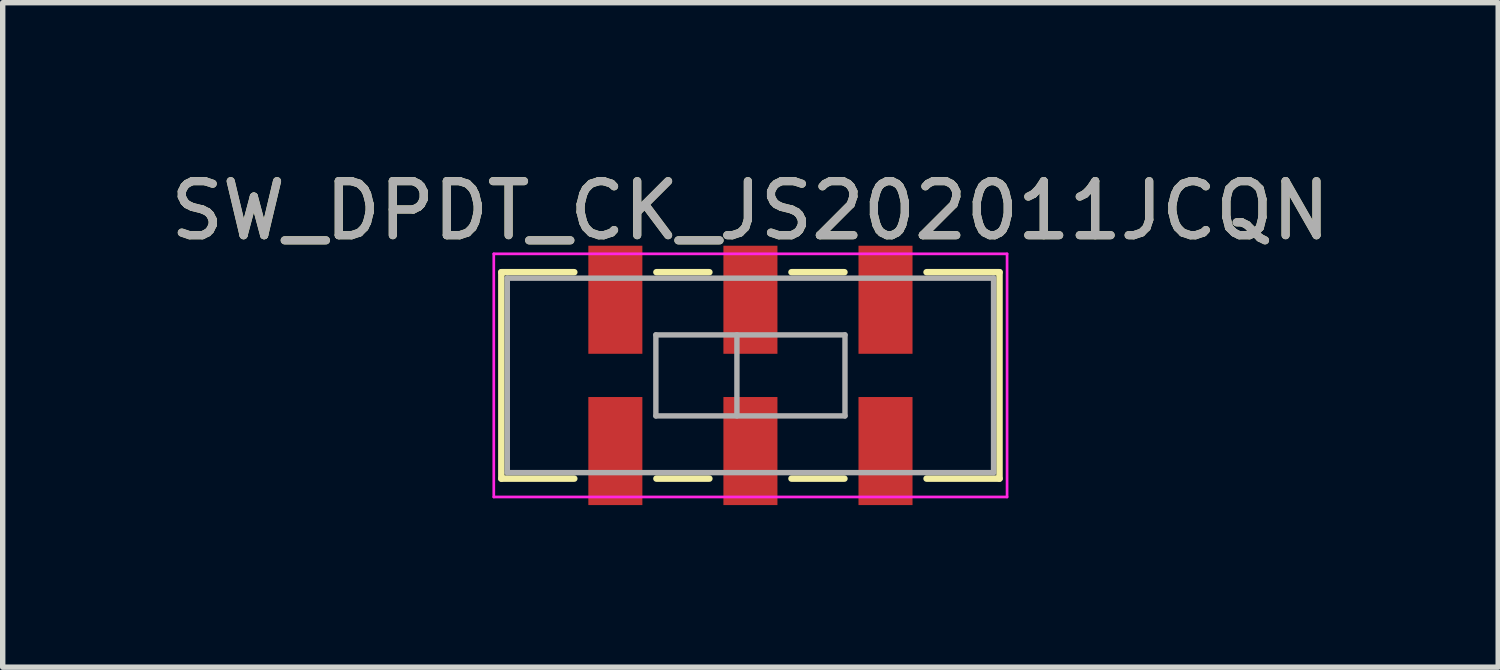
<source format=kicad_pcb>
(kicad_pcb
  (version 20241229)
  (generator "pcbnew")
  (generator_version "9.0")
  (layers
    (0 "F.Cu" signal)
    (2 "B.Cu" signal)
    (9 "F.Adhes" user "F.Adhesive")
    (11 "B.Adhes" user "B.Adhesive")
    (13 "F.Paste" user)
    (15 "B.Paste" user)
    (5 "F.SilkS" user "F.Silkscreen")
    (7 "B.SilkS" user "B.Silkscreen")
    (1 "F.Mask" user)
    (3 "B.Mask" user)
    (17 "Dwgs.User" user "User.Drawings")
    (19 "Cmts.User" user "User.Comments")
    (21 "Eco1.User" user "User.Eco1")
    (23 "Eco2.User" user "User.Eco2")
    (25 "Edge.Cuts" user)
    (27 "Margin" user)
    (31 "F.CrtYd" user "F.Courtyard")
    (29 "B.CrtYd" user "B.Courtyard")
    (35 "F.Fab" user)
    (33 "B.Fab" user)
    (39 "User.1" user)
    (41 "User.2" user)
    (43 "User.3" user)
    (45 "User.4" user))
  (footprint "SW_DPDT_CK_JS202011JCQN"
    (layer "F.Cu")
    (at 10.839 3.898)
    (property "Reference" "SW_DPDT_CK_JS202011JCQN" (at 0 -3.05 0) (layer "F.SilkS") (effects (font (size 1 1) (thickness 0.15))))
    (attr smd)
    (fp_line (start -4.61 -1.91) (end -4.61 1.91) (stroke (width 0.12) (type solid)) (layer "F.SilkS"))
    (fp_line (start -4.61 1.91) (end -3.26 1.91) (stroke (width 0.12) (type solid)) (layer "F.SilkS"))
    (fp_line (start -3.26 -1.91) (end -4.61 -1.91) (stroke (width 0.12) (type solid)) (layer "F.SilkS"))
    (fp_line (start -0.76 -1.91) (end -1.74 -1.91) (stroke (width 0.12) (type solid)) (layer "F.SilkS"))
    (fp_line (start -0.76 1.91) (end -1.74 1.91) (stroke (width 0.12) (type solid)) (layer "F.SilkS"))
    (fp_line (start 1.74 -1.91) (end 0.76 -1.91) (stroke (width 0.12) (type solid)) (layer "F.SilkS"))
    (fp_line (start 1.74 1.91) (end 0.76 1.91) (stroke (width 0.12) (type solid)) (layer "F.SilkS"))
    (fp_line (start 4.61 -1.91) (end 3.26 -1.91) (stroke (width 0.12) (type solid)) (layer "F.SilkS"))
    (fp_line (start 4.61 -1.91) (end 4.61 1.91) (stroke (width 0.12) (type solid)) (layer "F.SilkS"))
    (fp_line (start 4.61 1.91) (end 3.26 1.91) (stroke (width 0.12) (type solid)) (layer "F.SilkS"))
    (fp_line (start -4.75 -2.25) (end -4.75 2.25) (stroke (width 0.05) (type solid)) (layer "F.CrtYd"))
    (fp_line (start -4.75 -2.25) (end 4.75 -2.25) (stroke (width 0.05) (type solid)) (layer "F.CrtYd"))
    (fp_line (start 4.75 -2.25) (end 4.75 2.25) (stroke (width 0.05) (type solid)) (layer "F.CrtYd"))
    (fp_line (start 4.75 2.25) (end -4.75 2.25) (stroke (width 0.05) (type solid)) (layer "F.CrtYd"))
    (fp_line (start -4.5 -1.8) (end 4.5 -1.8) (stroke (width 0.1) (type solid)) (layer "F.Fab"))
    (fp_line (start -4.5 1.8) (end -4.5 -1.8) (stroke (width 0.1) (type solid)) (layer "F.Fab"))
    (fp_line (start -1.75 -0.75) (end -1.75 0.75) (stroke (width 0.1) (type solid)) (layer "F.Fab"))
    (fp_line (start -1.75 -0.75) (end 1.75 -0.75) (stroke (width 0.1) (type solid)) (layer "F.Fab"))
    (fp_line (start -0.25 -0.75) (end -0.25 0.75) (stroke (width 0.1) (type solid)) (layer "F.Fab"))
    (fp_line (start 1.75 -0.75) (end 1.75 0.75) (stroke (width 0.1) (type solid)) (layer "F.Fab"))
    (fp_line (start 1.75 0.75) (end -1.75 0.75) (stroke (width 0.1) (type solid)) (layer "F.Fab"))
    (fp_line (start 4.5 -1.8) (end 4.5 1.8) (stroke (width 0.1) (type solid)) (layer "F.Fab"))
    (fp_line (start 4.5 1.8) (end -4.5 1.8) (stroke (width 0.1) (type solid)) (layer "F.Fab"))
    (fp_text user "${REFERENCE}" (at 0 -3.05 0) (layer "F.Fab") (effects (font (size 1 1) (thickness 0.15))))
    (pad "1" smd rect (at -2.5 -1.4) (size 1 2) (layers "F.Cu" "F.Mask" "F.Paste"))
    (pad "2" smd rect (at 0 -1.4) (size 1 2) (layers "F.Cu" "F.Mask" "F.Paste"))
    (pad "3" smd rect (at 2.5 -1.4) (size 1 2) (layers "F.Cu" "F.Mask" "F.Paste"))
    (pad "4" smd rect (at -2.5 1.4) (size 1 2) (layers "F.Cu" "F.Mask" "F.Paste"))
    (pad "5" smd rect (at 0 1.4) (size 1 2) (layers "F.Cu" "F.Mask" "F.Paste"))
    (pad "6" smd rect (at 2.5 1.4) (size 1 2) (layers "F.Cu" "F.Mask" "F.Paste")))
  (gr_rect
    (start -3 -3)
    (end 24.679 9.298)
    (stroke (width 0.1) (type default))
    (fill no)
    (layer "Edge.Cuts")))
</source>
